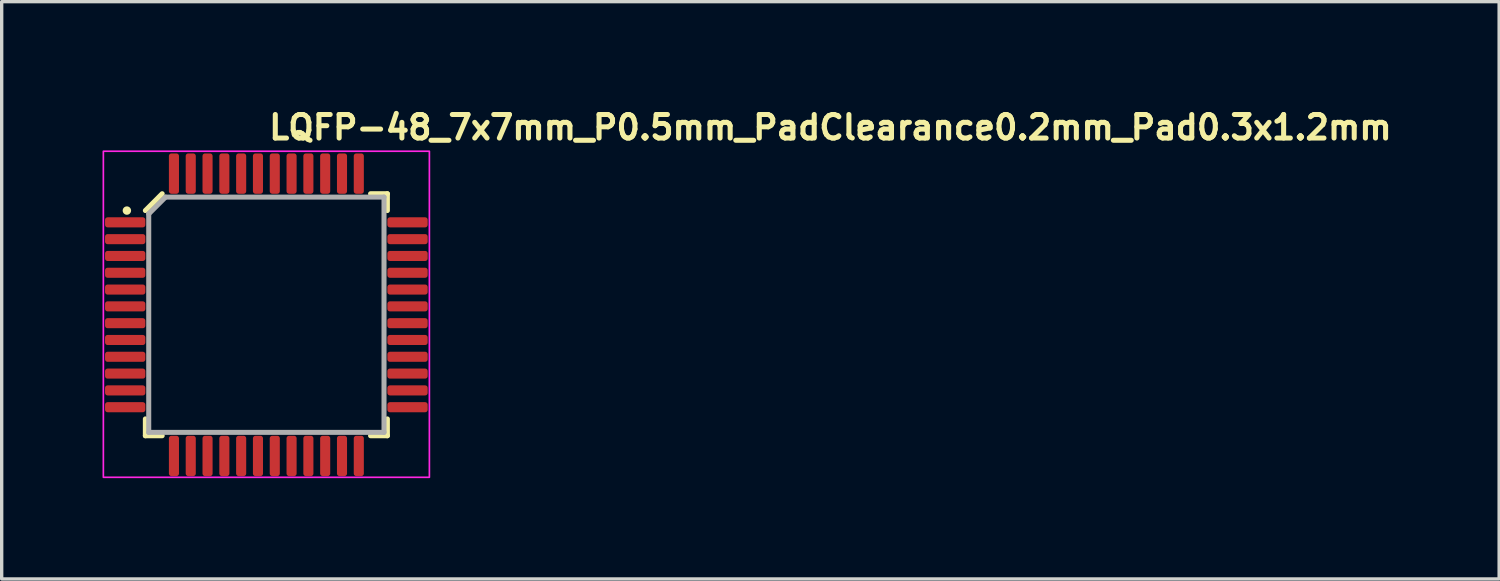
<source format=kicad_pcb>
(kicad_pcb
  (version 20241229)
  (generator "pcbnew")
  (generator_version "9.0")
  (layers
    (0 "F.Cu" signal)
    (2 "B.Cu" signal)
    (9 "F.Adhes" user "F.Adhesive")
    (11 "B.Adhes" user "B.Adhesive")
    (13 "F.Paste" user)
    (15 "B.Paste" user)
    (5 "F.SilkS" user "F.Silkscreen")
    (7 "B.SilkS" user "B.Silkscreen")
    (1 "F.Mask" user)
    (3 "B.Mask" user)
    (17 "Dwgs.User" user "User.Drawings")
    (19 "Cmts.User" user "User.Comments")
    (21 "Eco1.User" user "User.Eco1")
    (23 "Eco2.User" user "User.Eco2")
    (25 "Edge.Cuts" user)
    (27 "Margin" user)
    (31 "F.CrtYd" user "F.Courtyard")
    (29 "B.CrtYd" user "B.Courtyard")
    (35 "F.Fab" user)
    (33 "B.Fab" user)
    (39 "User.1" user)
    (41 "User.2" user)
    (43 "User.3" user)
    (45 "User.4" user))
  (footprint "LQFP-48_7x7mm_P0.5mm_PadClearance0.2mm_Pad0.3x1.2mm"
    (layer "F.Cu")
    (at 4.875 6.25)
    (property "Reference" "LQFP-48_7x7mm_P0.5mm_PadClearance0.2mm_Pad0.3x1.2mm" (at 0 -5.1 0) (layer "F.SilkS") (effects (font (size 0.7 0.7) (thickness 0.15)) (justify left bottom)))
    (attr smd)
    (fp_line (start -3.6 3.164) (end -3.6 3.664) (stroke (width 0.15) (type solid)) (layer "F.SilkS"))
    (fp_line (start -3.6 3.664) (end -3.1 3.664) (stroke (width 0.15) (type solid)) (layer "F.SilkS"))
    (fp_line (start -3.1 -3.536) (end -3.6 -3.036) (stroke (width 0.15) (type solid)) (layer "F.SilkS"))
    (fp_line (start 3.1 -3.536) (end 3.6 -3.536) (stroke (width 0.15) (type solid)) (layer "F.SilkS"))
    (fp_line (start 3.6 -3.536) (end 3.6 -3.036) (stroke (width 0.15) (type solid)) (layer "F.SilkS"))
    (fp_line (start 3.6 3.164) (end 3.6 3.664) (stroke (width 0.15) (type solid)) (layer "F.SilkS"))
    (fp_line (start 3.6 3.664) (end 3.1 3.664) (stroke (width 0.15) (type solid)) (layer "F.SilkS"))
    (fp_circle (center -4.15 -3.035) (end -4.1 -3.035) (stroke (width 0.15) (type solid)) (fill yes) (layer "F.SilkS"))
    (fp_rect (start -4.85 -4.8) (end 4.85 4.9) (stroke (width 0.05) (type solid)) (fill no) (layer "F.CrtYd"))
    (fp_line (start -3.5 -2.936) (end -3.5 3.564) (stroke (width 0.15) (type solid)) (layer "F.Fab"))
    (fp_line (start -3.5 3.564) (end 3.5 3.564) (stroke (width 0.15) (type solid)) (layer "F.Fab"))
    (fp_line (start -3 -3.436) (end -3.5 -2.936) (stroke (width 0.15) (type solid)) (layer "F.Fab"))
    (fp_line (start -3 -3.436) (end 3.5 -3.436) (stroke (width 0.15) (type solid)) (layer "F.Fab"))
    (fp_line (start 3.5 -3.436) (end 3.5 3.564) (stroke (width 0.15) (type solid)) (layer "F.Fab"))
    (fp_rect (start -4.514 -4.436) (end 4.486 4.564) (stroke (width 0.1) (type solid)) (fill no) (layer "User.5"))
    (fp_line (start -4.514 -2.576) (end -4.514 -2.796) (stroke (width 0.02) (type solid)) (layer "User.9"))
    (fp_line (start -4.514 -2.576) (end -4.081 -2.576) (stroke (width 0.02) (type solid)) (layer "User.9"))
    (fp_line (start -4.514 -2.076) (end -4.514 -2.296) (stroke (width 0.02) (type solid)) (layer "User.9"))
    (fp_line (start -4.514 -2.076) (end -4.081 -2.076) (stroke (width 0.02) (type solid)) (layer "User.9"))
    (fp_line (start -4.514 -1.576) (end -4.514 -1.796) (stroke (width 0.02) (type solid)) (layer "User.9"))
    (fp_line (start -4.514 -1.576) (end -4.081 -1.576) (stroke (width 0.02) (type solid)) (layer "User.9"))
    (fp_line (start -4.514 -1.076) (end -4.514 -1.296) (stroke (width 0.02) (type solid)) (layer "User.9"))
    (fp_line (start -4.514 -1.076) (end -4.081 -1.076) (stroke (width 0.02) (type solid)) (layer "User.9"))
    (fp_line (start -4.514 -0.576) (end -4.514 -0.796) (stroke (width 0.02) (type solid)) (layer "User.9"))
    (fp_line (start -4.514 -0.576) (end -4.081 -0.576) (stroke (width 0.02) (type solid)) (layer "User.9"))
    (fp_line (start -4.514 -0.075) (end -4.514 -0.296) (stroke (width 0.02) (type solid)) (layer "User.9"))
    (fp_line (start -4.514 -0.075) (end -4.081 -0.075) (stroke (width 0.02) (type solid)) (layer "User.9"))
    (fp_line (start -4.514 0.424) (end -4.514 0.204) (stroke (width 0.02) (type solid)) (layer "User.9"))
    (fp_line (start -4.514 0.424) (end -4.081 0.424) (stroke (width 0.02) (type solid)) (layer "User.9"))
    (fp_line (start -4.514 0.924) (end -4.514 0.704) (stroke (width 0.02) (type solid)) (layer "User.9"))
    (fp_line (start -4.514 0.924) (end -4.081 0.924) (stroke (width 0.02) (type solid)) (layer "User.9"))
    (fp_line (start -4.514 1.424) (end -4.514 1.204) (stroke (width 0.02) (type solid)) (layer "User.9"))
    (fp_line (start -4.514 1.424) (end -4.081 1.424) (stroke (width 0.02) (type solid)) (layer "User.9"))
    (fp_line (start -4.514 1.924) (end -4.514 1.704) (stroke (width 0.02) (type solid)) (layer "User.9"))
    (fp_line (start -4.514 1.924) (end -4.081 1.924) (stroke (width 0.02) (type solid)) (layer "User.9"))
    (fp_line (start -4.514 2.424) (end -4.514 2.204) (stroke (width 0.02) (type solid)) (layer "User.9"))
    (fp_line (start -4.514 2.424) (end -4.081 2.424) (stroke (width 0.02) (type solid)) (layer "User.9"))
    (fp_line (start -4.514 2.924) (end -4.514 2.704) (stroke (width 0.02) (type solid)) (layer "User.9"))
    (fp_line (start -4.514 2.924) (end -4.081 2.924) (stroke (width 0.02) (type solid)) (layer "User.9"))
    (fp_line (start -4.085 -0.292) (end -4.08 -0.292) (stroke (width 0.02) (type solid)) (layer "User.9"))
    (fp_line (start -4.081 -2.796) (end -4.514 -2.796) (stroke (width 0.02) (type solid)) (layer "User.9"))
    (fp_line (start -4.081 -2.796) (end -4.081 -2.576) (stroke (width 0.02) (type solid)) (layer "User.9"))
    (fp_line (start -4.081 -2.576) (end -3.832 -2.576) (stroke (width 0.02) (type solid)) (layer "User.9"))
    (fp_line (start -4.081 -2.296) (end -4.514 -2.296) (stroke (width 0.02) (type solid)) (layer "User.9"))
    (fp_line (start -4.081 -2.296) (end -4.081 -2.076) (stroke (width 0.02) (type solid)) (layer "User.9"))
    (fp_line (start -4.081 -2.076) (end -3.832 -2.076) (stroke (width 0.02) (type solid)) (layer "User.9"))
    (fp_line (start -4.081 -1.796) (end -4.514 -1.796) (stroke (width 0.02) (type solid)) (layer "User.9"))
    (fp_line (start -4.081 -1.796) (end -4.081 -1.576) (stroke (width 0.02) (type solid)) (layer "User.9"))
    (fp_line (start -4.081 -1.576) (end -3.832 -1.576) (stroke (width 0.02) (type solid)) (layer "User.9"))
    (fp_line (start -4.081 -1.296) (end -4.514 -1.296) (stroke (width 0.02) (type solid)) (layer "User.9"))
    (fp_line (start -4.081 -1.296) (end -4.081 -1.076) (stroke (width 0.02) (type solid)) (layer "User.9"))
    (fp_line (start -4.081 -1.076) (end -3.832 -1.076) (stroke (width 0.02) (type solid)) (layer "User.9"))
    (fp_line (start -4.081 -0.796) (end -4.514 -0.796) (stroke (width 0.02) (type solid)) (layer "User.9"))
    (fp_line (start -4.081 -0.796) (end -4.081 -0.576) (stroke (width 0.02) (type solid)) (layer "User.9"))
    (fp_line (start -4.081 -0.576) (end -3.832 -0.576) (stroke (width 0.02) (type solid)) (layer "User.9"))
    (fp_line (start -4.081 -0.296) (end -4.514 -0.296) (stroke (width 0.02) (type solid)) (layer "User.9"))
    (fp_line (start -4.081 -0.296) (end -4.081 -0.292) (stroke (width 0.02) (type solid)) (layer "User.9"))
    (fp_line (start -4.081 -0.079) (end -4.081 -0.075) (stroke (width 0.02) (type solid)) (layer "User.9"))
    (fp_line (start -4.081 -0.075) (end -3.832 -0.075) (stroke (width 0.02) (type solid)) (layer "User.9"))
    (fp_line (start -4.081 0.204) (end -4.514 0.204) (stroke (width 0.02) (type solid)) (layer "User.9"))
    (fp_line (start -4.081 0.204) (end -4.081 0.424) (stroke (width 0.02) (type solid)) (layer "User.9"))
    (fp_line (start -4.081 0.424) (end -3.832 0.424) (stroke (width 0.02) (type solid)) (layer "User.9"))
    (fp_line (start -4.081 0.704) (end -4.514 0.704) (stroke (width 0.02) (type solid)) (layer "User.9"))
    (fp_line (start -4.081 0.704) (end -4.081 0.924) (stroke (width 0.02) (type solid)) (layer "User.9"))
    (fp_line (start -4.081 0.924) (end -3.832 0.924) (stroke (width 0.02) (type solid)) (layer "User.9"))
    (fp_line (start -4.081 1.204) (end -4.514 1.204) (stroke (width 0.02) (type solid)) (layer "User.9"))
    (fp_line (start -4.081 1.204) (end -4.081 1.424) (stroke (width 0.02) (type solid)) (layer "User.9"))
    (fp_line (start -4.081 1.424) (end -3.832 1.424) (stroke (width 0.02) (type solid)) (layer "User.9"))
    (fp_line (start -4.081 1.704) (end -4.514 1.704) (stroke (width 0.02) (type solid)) (layer "User.9"))
    (fp_line (start -4.081 1.704) (end -4.081 1.924) (stroke (width 0.02) (type solid)) (layer "User.9"))
    (fp_line (start -4.081 1.924) (end -3.832 1.924) (stroke (width 0.02) (type solid)) (layer "User.9"))
    (fp_line (start -4.081 2.204) (end -4.514 2.204) (stroke (width 0.02) (type solid)) (layer "User.9"))
    (fp_line (start -4.081 2.204) (end -4.081 2.424) (stroke (width 0.02) (type solid)) (layer "User.9"))
    (fp_line (start -4.081 2.424) (end -3.832 2.424) (stroke (width 0.02) (type solid)) (layer "User.9"))
    (fp_line (start -4.081 2.704) (end -4.514 2.704) (stroke (width 0.02) (type solid)) (layer "User.9"))
    (fp_line (start -4.081 2.704) (end -4.081 2.924) (stroke (width 0.02) (type solid)) (layer "User.9"))
    (fp_line (start -4.081 2.924) (end -3.832 2.924) (stroke (width 0.02) (type solid)) (layer "User.9"))
    (fp_line (start -4.08 -0.079) (end -4.085 -0.079) (stroke (width 0.02) (type solid)) (layer "User.9"))
    (fp_line (start -3.832 -2.796) (end -4.081 -2.796) (stroke (width 0.02) (type solid)) (layer "User.9"))
    (fp_line (start -3.832 -2.576) (end -3.647 -2.576) (stroke (width 0.02) (type solid)) (layer "User.9"))
    (fp_line (start -3.832 -2.296) (end -4.081 -2.296) (stroke (width 0.02) (type solid)) (layer "User.9"))
    (fp_line (start -3.832 -2.076) (end -3.647 -2.076) (stroke (width 0.02) (type solid)) (layer "User.9"))
    (fp_line (start -3.832 -1.796) (end -4.081 -1.796) (stroke (width 0.02) (type solid)) (layer "User.9"))
    (fp_line (start -3.832 -1.576) (end -3.647 -1.576) (stroke (width 0.02) (type solid)) (layer "User.9"))
    (fp_line (start -3.832 -1.296) (end -4.081 -1.296) (stroke (width 0.02) (type solid)) (layer "User.9"))
    (fp_line (start -3.832 -1.076) (end -3.647 -1.076) (stroke (width 0.02) (type solid)) (layer "User.9"))
    (fp_line (start -3.832 -0.796) (end -4.081 -0.796) (stroke (width 0.02) (type solid)) (layer "User.9"))
    (fp_line (start -3.832 -0.576) (end -3.647 -0.576) (stroke (width 0.02) (type solid)) (layer "User.9"))
    (fp_line (start -3.832 -0.296) (end -4.081 -0.296) (stroke (width 0.02) (type solid)) (layer "User.9"))
    (fp_line (start -3.832 -0.075) (end -3.647 -0.075) (stroke (width 0.02) (type solid)) (layer "User.9"))
    (fp_line (start -3.832 0.204) (end -4.081 0.204) (stroke (width 0.02) (type solid)) (layer "User.9"))
    (fp_line (start -3.832 0.424) (end -3.647 0.424) (stroke (width 0.02) (type solid)) (layer "User.9"))
    (fp_line (start -3.832 0.704) (end -4.081 0.704) (stroke (width 0.02) (type solid)) (layer "User.9"))
    (fp_line (start -3.832 0.924) (end -3.647 0.924) (stroke (width 0.02) (type solid)) (layer "User.9"))
    (fp_line (start -3.832 1.204) (end -4.081 1.204) (stroke (width 0.02) (type solid)) (layer "User.9"))
    (fp_line (start -3.832 1.424) (end -3.647 1.424) (stroke (width 0.02) (type solid)) (layer "User.9"))
    (fp_line (start -3.832 1.704) (end -4.081 1.704) (stroke (width 0.02) (type solid)) (layer "User.9"))
    (fp_line (start -3.832 1.924) (end -3.647 1.924) (stroke (width 0.02) (type solid)) (layer "User.9"))
    (fp_line (start -3.832 2.204) (end -4.081 2.204) (stroke (width 0.02) (type solid)) (layer "User.9"))
    (fp_line (start -3.832 2.424) (end -3.647 2.424) (stroke (width 0.02) (type solid)) (layer "User.9"))
    (fp_line (start -3.832 2.704) (end -4.081 2.704) (stroke (width 0.02) (type solid)) (layer "User.9"))
    (fp_line (start -3.832 2.924) (end -3.647 2.924) (stroke (width 0.02) (type solid)) (layer "User.9"))
    (fp_line (start -3.647 -2.796) (end -3.832 -2.796) (stroke (width 0.02) (type solid)) (layer "User.9"))
    (fp_line (start -3.647 -2.576) (end -3.514 -2.576) (stroke (width 0.02) (type solid)) (layer "User.9"))
    (fp_line (start -3.647 -2.296) (end -3.832 -2.296) (stroke (width 0.02) (type solid)) (layer "User.9"))
    (fp_line (start -3.647 -2.076) (end -3.514 -2.076) (stroke (width 0.02) (type solid)) (layer "User.9"))
    (fp_line (start -3.647 -1.796) (end -3.832 -1.796) (stroke (width 0.02) (type solid)) (layer "User.9"))
    (fp_line (start -3.647 -1.576) (end -3.514 -1.576) (stroke (width 0.02) (type solid)) (layer "User.9"))
    (fp_line (start -3.647 -1.296) (end -3.832 -1.296) (stroke (width 0.02) (type solid)) (layer "User.9"))
    (fp_line (start -3.647 -1.076) (end -3.514 -1.076) (stroke (width 0.02) (type solid)) (layer "User.9"))
    (fp_line (start -3.647 -0.796) (end -3.832 -0.796) (stroke (width 0.02) (type solid)) (layer "User.9"))
    (fp_line (start -3.647 -0.576) (end -3.514 -0.576) (stroke (width 0.02) (type solid)) (layer "User.9"))
    (fp_line (start -3.647 -0.296) (end -3.832 -0.296) (stroke (width 0.02) (type solid)) (layer "User.9"))
    (fp_line (start -3.647 -0.075) (end -3.514 -0.075) (stroke (width 0.02) (type solid)) (layer "User.9"))
    (fp_line (start -3.647 0.204) (end -3.832 0.204) (stroke (width 0.02) (type solid)) (layer "User.9"))
    (fp_line (start -3.647 0.424) (end -3.514 0.424) (stroke (width 0.02) (type solid)) (layer "User.9"))
    (fp_line (start -3.647 0.704) (end -3.832 0.704) (stroke (width 0.02) (type solid)) (layer "User.9"))
    (fp_line (start -3.647 0.924) (end -3.514 0.924) (stroke (width 0.02) (type solid)) (layer "User.9"))
    (fp_line (start -3.647 1.204) (end -3.832 1.204) (stroke (width 0.02) (type solid)) (layer "User.9"))
    (fp_line (start -3.647 1.424) (end -3.514 1.424) (stroke (width 0.02) (type solid)) (layer "User.9"))
    (fp_line (start -3.647 1.704) (end -3.832 1.704) (stroke (width 0.02) (type solid)) (layer "User.9"))
    (fp_line (start -3.647 1.924) (end -3.514 1.924) (stroke (width 0.02) (type solid)) (layer "User.9"))
    (fp_line (start -3.647 2.204) (end -3.832 2.204) (stroke (width 0.02) (type solid)) (layer "User.9"))
    (fp_line (start -3.647 2.424) (end -3.514 2.424) (stroke (width 0.02) (type solid)) (layer "User.9"))
    (fp_line (start -3.647 2.704) (end -3.832 2.704) (stroke (width 0.02) (type solid)) (layer "User.9"))
    (fp_line (start -3.647 2.924) (end -3.514 2.924) (stroke (width 0.02) (type solid)) (layer "User.9"))
    (fp_line (start -3.514 -3.036) (end -3.514 3.564) (stroke (width 0.02) (type solid)) (layer "User.9"))
    (fp_line (start -3.514 -3.036) (end -3.114 -3.436) (stroke (width 0.02) (type solid)) (layer "User.9"))
    (fp_line (start -3.514 -2.796) (end -3.647 -2.796) (stroke (width 0.02) (type solid)) (layer "User.9"))
    (fp_line (start -3.514 -2.296) (end -3.647 -2.296) (stroke (width 0.02) (type solid)) (layer "User.9"))
    (fp_line (start -3.514 -1.796) (end -3.647 -1.796) (stroke (width 0.02) (type solid)) (layer "User.9"))
    (fp_line (start -3.514 -1.296) (end -3.647 -1.296) (stroke (width 0.02) (type solid)) (layer "User.9"))
    (fp_line (start -3.514 -0.796) (end -3.647 -0.796) (stroke (width 0.02) (type solid)) (layer "User.9"))
    (fp_line (start -3.514 -0.296) (end -3.647 -0.296) (stroke (width 0.02) (type solid)) (layer "User.9"))
    (fp_line (start -3.514 0.204) (end -3.647 0.204) (stroke (width 0.02) (type solid)) (layer "User.9"))
    (fp_line (start -3.514 0.704) (end -3.647 0.704) (stroke (width 0.02) (type solid)) (layer "User.9"))
    (fp_line (start -3.514 1.204) (end -3.647 1.204) (stroke (width 0.02) (type solid)) (layer "User.9"))
    (fp_line (start -3.514 1.704) (end -3.647 1.704) (stroke (width 0.02) (type solid)) (layer "User.9"))
    (fp_line (start -3.514 2.204) (end -3.647 2.204) (stroke (width 0.02) (type solid)) (layer "User.9"))
    (fp_line (start -3.514 2.704) (end -3.647 2.704) (stroke (width 0.02) (type solid)) (layer "User.9"))
    (fp_line (start -3.514 3.564) (end 3.486 3.564) (stroke (width 0.02) (type solid)) (layer "User.9"))
    (fp_line (start -3.339 -2.963) (end -3.514 -3.036) (stroke (width 0.02) (type solid)) (layer "User.9"))
    (fp_line (start -3.339 3.389) (end -3.514 3.564) (stroke (width 0.02) (type solid)) (layer "User.9"))
    (fp_line (start -3.339 3.389) (end -3.339 -2.963) (stroke (width 0.02) (type solid)) (layer "User.9"))
    (fp_line (start -3.114 -3.436) (end -3.041 -3.26) (stroke (width 0.02) (type solid)) (layer "User.9"))
    (fp_line (start -3.041 -3.26) (end -3.339 -2.963) (stroke (width 0.02) (type solid)) (layer "User.9"))
    (fp_line (start -3.041 -3.26) (end 3.311 -3.26) (stroke (width 0.02) (type solid)) (layer "User.9"))
    (fp_line (start -2.874 -4.436) (end -2.874 -4.003) (stroke (width 0.02) (type solid)) (layer "User.9"))
    (fp_line (start -2.874 -4.436) (end -2.654 -4.436) (stroke (width 0.02) (type solid)) (layer "User.9"))
    (fp_line (start -2.874 -4.003) (end -2.874 -3.753) (stroke (width 0.02) (type solid)) (layer "User.9"))
    (fp_line (start -2.874 -3.753) (end -2.874 -3.568) (stroke (width 0.02) (type solid)) (layer "User.9"))
    (fp_line (start -2.874 -3.568) (end -2.874 -3.436) (stroke (width 0.02) (type solid)) (layer "User.9"))
    (fp_line (start -2.874 3.697) (end -2.874 3.564) (stroke (width 0.02) (type solid)) (layer "User.9"))
    (fp_line (start -2.874 3.882) (end -2.874 3.697) (stroke (width 0.02) (type solid)) (layer "User.9"))
    (fp_line (start -2.874 4.132) (end -2.874 3.882) (stroke (width 0.02) (type solid)) (layer "User.9"))
    (fp_line (start -2.874 4.564) (end -2.874 4.132) (stroke (width 0.02) (type solid)) (layer "User.9"))
    (fp_line (start -2.874 4.564) (end -2.654 4.564) (stroke (width 0.02) (type solid)) (layer "User.9"))
    (fp_line (start -2.654 -4.003) (end -2.874 -4.003) (stroke (width 0.02) (type solid)) (layer "User.9"))
    (fp_line (start -2.654 -4.003) (end -2.654 -4.436) (stroke (width 0.02) (type solid)) (layer "User.9"))
    (fp_line (start -2.654 -3.753) (end -2.654 -4.003) (stroke (width 0.02) (type solid)) (layer "User.9"))
    (fp_line (start -2.654 -3.568) (end -2.654 -3.753) (stroke (width 0.02) (type solid)) (layer "User.9"))
    (fp_line (start -2.654 -3.436) (end -2.654 -3.568) (stroke (width 0.02) (type solid)) (layer "User.9"))
    (fp_line (start -2.654 3.564) (end -2.654 3.697) (stroke (width 0.02) (type solid)) (layer "User.9"))
    (fp_line (start -2.654 3.697) (end -2.654 3.882) (stroke (width 0.02) (type solid)) (layer "User.9"))
    (fp_line (start -2.654 3.882) (end -2.654 4.132) (stroke (width 0.02) (type solid)) (layer "User.9"))
    (fp_line (start -2.654 4.132) (end -2.874 4.132) (stroke (width 0.02) (type solid)) (layer "User.9"))
    (fp_line (start -2.654 4.132) (end -2.654 4.564) (stroke (width 0.02) (type solid)) (layer "User.9"))
    (fp_line (start -2.374 -4.436) (end -2.374 -4.003) (stroke (width 0.02) (type solid)) (layer "User.9"))
    (fp_line (start -2.374 -4.436) (end -2.154 -4.436) (stroke (width 0.02) (type solid)) (layer "User.9"))
    (fp_line (start -2.374 -4.003) (end -2.374 -3.753) (stroke (width 0.02) (type solid)) (layer "User.9"))
    (fp_line (start -2.374 -3.753) (end -2.374 -3.568) (stroke (width 0.02) (type solid)) (layer "User.9"))
    (fp_line (start -2.374 -3.568) (end -2.374 -3.436) (stroke (width 0.02) (type solid)) (layer "User.9"))
    (fp_line (start -2.374 3.697) (end -2.374 3.564) (stroke (width 0.02) (type solid)) (layer "User.9"))
    (fp_line (start -2.374 3.882) (end -2.374 3.697) (stroke (width 0.02) (type solid)) (layer "User.9"))
    (fp_line (start -2.374 4.132) (end -2.374 3.882) (stroke (width 0.02) (type solid)) (layer "User.9"))
    (fp_line (start -2.374 4.564) (end -2.374 4.132) (stroke (width 0.02) (type solid)) (layer "User.9"))
    (fp_line (start -2.374 4.564) (end -2.154 4.564) (stroke (width 0.02) (type solid)) (layer "User.9"))
    (fp_line (start -2.154 -4.003) (end -2.374 -4.003) (stroke (width 0.02) (type solid)) (layer "User.9"))
    (fp_line (start -2.154 -4.003) (end -2.154 -4.436) (stroke (width 0.02) (type solid)) (layer "User.9"))
    (fp_line (start -2.154 -3.753) (end -2.154 -4.003) (stroke (width 0.02) (type solid)) (layer "User.9"))
    (fp_line (start -2.154 -3.568) (end -2.154 -3.753) (stroke (width 0.02) (type solid)) (layer "User.9"))
    (fp_line (start -2.154 -3.436) (end -2.154 -3.568) (stroke (width 0.02) (type solid)) (layer "User.9"))
    (fp_line (start -2.154 3.564) (end -2.154 3.697) (stroke (width 0.02) (type solid)) (layer "User.9"))
    (fp_line (start -2.154 3.697) (end -2.154 3.882) (stroke (width 0.02) (type solid)) (layer "User.9"))
    (fp_line (start -2.154 3.882) (end -2.154 4.132) (stroke (width 0.02) (type solid)) (layer "User.9"))
    (fp_line (start -2.154 4.132) (end -2.374 4.132) (stroke (width 0.02) (type solid)) (layer "User.9"))
    (fp_line (start -2.154 4.132) (end -2.154 4.564) (stroke (width 0.02) (type solid)) (layer "User.9"))
    (fp_line (start -1.874 -4.436) (end -1.874 -4.003) (stroke (width 0.02) (type solid)) (layer "User.9"))
    (fp_line (start -1.874 -4.436) (end -1.654 -4.436) (stroke (width 0.02) (type solid)) (layer "User.9"))
    (fp_line (start -1.874 -4.003) (end -1.874 -3.753) (stroke (width 0.02) (type solid)) (layer "User.9"))
    (fp_line (start -1.874 -3.753) (end -1.874 -3.568) (stroke (width 0.02) (type solid)) (layer "User.9"))
    (fp_line (start -1.874 -3.568) (end -1.874 -3.436) (stroke (width 0.02) (type solid)) (layer "User.9"))
    (fp_line (start -1.874 3.697) (end -1.874 3.564) (stroke (width 0.02) (type solid)) (layer "User.9"))
    (fp_line (start -1.874 3.882) (end -1.874 3.697) (stroke (width 0.02) (type solid)) (layer "User.9"))
    (fp_line (start -1.874 4.132) (end -1.874 3.882) (stroke (width 0.02) (type solid)) (layer "User.9"))
    (fp_line (start -1.874 4.564) (end -1.874 4.132) (stroke (width 0.02) (type solid)) (layer "User.9"))
    (fp_line (start -1.874 4.564) (end -1.654 4.564) (stroke (width 0.02) (type solid)) (layer "User.9"))
    (fp_line (start -1.654 -4.003) (end -1.874 -4.003) (stroke (width 0.02) (type solid)) (layer "User.9"))
    (fp_line (start -1.654 -4.003) (end -1.654 -4.436) (stroke (width 0.02) (type solid)) (layer "User.9"))
    (fp_line (start -1.654 -3.753) (end -1.654 -4.003) (stroke (width 0.02) (type solid)) (layer "User.9"))
    (fp_line (start -1.654 -3.568) (end -1.654 -3.753) (stroke (width 0.02) (type solid)) (layer "User.9"))
    (fp_line (start -1.654 -3.436) (end -1.654 -3.568) (stroke (width 0.02) (type solid)) (layer "User.9"))
    (fp_line (start -1.654 3.564) (end -1.654 3.697) (stroke (width 0.02) (type solid)) (layer "User.9"))
    (fp_line (start -1.654 3.697) (end -1.654 3.882) (stroke (width 0.02) (type solid)) (layer "User.9"))
    (fp_line (start -1.654 3.882) (end -1.654 4.132) (stroke (width 0.02) (type solid)) (layer "User.9"))
    (fp_line (start -1.654 4.132) (end -1.874 4.132) (stroke (width 0.02) (type solid)) (layer "User.9"))
    (fp_line (start -1.654 4.132) (end -1.654 4.564) (stroke (width 0.02) (type solid)) (layer "User.9"))
    (fp_line (start -1.374 -4.436) (end -1.374 -4.003) (stroke (width 0.02) (type solid)) (layer "User.9"))
    (fp_line (start -1.374 -4.436) (end -1.154 -4.436) (stroke (width 0.02) (type solid)) (layer "User.9"))
    (fp_line (start -1.374 -4.003) (end -1.374 -3.753) (stroke (width 0.02) (type solid)) (layer "User.9"))
    (fp_line (start -1.374 -3.753) (end -1.374 -3.568) (stroke (width 0.02) (type solid)) (layer "User.9"))
    (fp_line (start -1.374 -3.568) (end -1.374 -3.436) (stroke (width 0.02) (type solid)) (layer "User.9"))
    (fp_line (start -1.374 3.697) (end -1.374 3.564) (stroke (width 0.02) (type solid)) (layer "User.9"))
    (fp_line (start -1.374 3.882) (end -1.374 3.697) (stroke (width 0.02) (type solid)) (layer "User.9"))
    (fp_line (start -1.374 4.132) (end -1.374 3.882) (stroke (width 0.02) (type solid)) (layer "User.9"))
    (fp_line (start -1.374 4.564) (end -1.374 4.132) (stroke (width 0.02) (type solid)) (layer "User.9"))
    (fp_line (start -1.374 4.564) (end -1.154 4.564) (stroke (width 0.02) (type solid)) (layer "User.9"))
    (fp_line (start -1.154 -4.003) (end -1.374 -4.003) (stroke (width 0.02) (type solid)) (layer "User.9"))
    (fp_line (start -1.154 -4.003) (end -1.154 -4.436) (stroke (width 0.02) (type solid)) (layer "User.9"))
    (fp_line (start -1.154 -3.753) (end -1.154 -4.003) (stroke (width 0.02) (type solid)) (layer "User.9"))
    (fp_line (start -1.154 -3.568) (end -1.154 -3.753) (stroke (width 0.02) (type solid)) (layer "User.9"))
    (fp_line (start -1.154 -3.436) (end -1.154 -3.568) (stroke (width 0.02) (type solid)) (layer "User.9"))
    (fp_line (start -1.154 3.564) (end -1.154 3.697) (stroke (width 0.02) (type solid)) (layer "User.9"))
    (fp_line (start -1.154 3.697) (end -1.154 3.882) (stroke (width 0.02) (type solid)) (layer "User.9"))
    (fp_line (start -1.154 3.882) (end -1.154 4.132) (stroke (width 0.02) (type solid)) (layer "User.9"))
    (fp_line (start -1.154 4.132) (end -1.374 4.132) (stroke (width 0.02) (type solid)) (layer "User.9"))
    (fp_line (start -1.154 4.132) (end -1.154 4.564) (stroke (width 0.02) (type solid)) (layer "User.9"))
    (fp_line (start -0.874 -4.436) (end -0.874 -4.003) (stroke (width 0.02) (type solid)) (layer "User.9"))
    (fp_line (start -0.874 -4.436) (end -0.654 -4.436) (stroke (width 0.02) (type solid)) (layer "User.9"))
    (fp_line (start -0.874 -4.003) (end -0.874 -3.753) (stroke (width 0.02) (type solid)) (layer "User.9"))
    (fp_line (start -0.874 -3.753) (end -0.874 -3.568) (stroke (width 0.02) (type solid)) (layer "User.9"))
    (fp_line (start -0.874 -3.568) (end -0.874 -3.436) (stroke (width 0.02) (type solid)) (layer "User.9"))
    (fp_line (start -0.874 3.697) (end -0.874 3.564) (stroke (width 0.02) (type solid)) (layer "User.9"))
    (fp_line (start -0.874 3.882) (end -0.874 3.697) (stroke (width 0.02) (type solid)) (layer "User.9"))
    (fp_line (start -0.874 4.132) (end -0.874 3.882) (stroke (width 0.02) (type solid)) (layer "User.9"))
    (fp_line (start -0.874 4.564) (end -0.874 4.132) (stroke (width 0.02) (type solid)) (layer "User.9"))
    (fp_line (start -0.874 4.564) (end -0.654 4.564) (stroke (width 0.02) (type solid)) (layer "User.9"))
    (fp_line (start -0.654 -4.003) (end -0.874 -4.003) (stroke (width 0.02) (type solid)) (layer "User.9"))
    (fp_line (start -0.654 -4.003) (end -0.654 -4.436) (stroke (width 0.02) (type solid)) (layer "User.9"))
    (fp_line (start -0.654 -3.753) (end -0.654 -4.003) (stroke (width 0.02) (type solid)) (layer "User.9"))
    (fp_line (start -0.654 -3.568) (end -0.654 -3.753) (stroke (width 0.02) (type solid)) (layer "User.9"))
    (fp_line (start -0.654 -3.436) (end -0.654 -3.568) (stroke (width 0.02) (type solid)) (layer "User.9"))
    (fp_line (start -0.654 3.564) (end -0.654 3.697) (stroke (width 0.02) (type solid)) (layer "User.9"))
    (fp_line (start -0.654 3.697) (end -0.654 3.882) (stroke (width 0.02) (type solid)) (layer "User.9"))
    (fp_line (start -0.654 3.882) (end -0.654 4.132) (stroke (width 0.02) (type solid)) (layer "User.9"))
    (fp_line (start -0.654 4.132) (end -0.874 4.132) (stroke (width 0.02) (type solid)) (layer "User.9"))
    (fp_line (start -0.654 4.132) (end -0.654 4.564) (stroke (width 0.02) (type solid)) (layer "User.9"))
    (fp_line (start -0.374 -4.436) (end -0.374 -4.003) (stroke (width 0.02) (type solid)) (layer "User.9"))
    (fp_line (start -0.374 -4.436) (end -0.154 -4.436) (stroke (width 0.02) (type solid)) (layer "User.9"))
    (fp_line (start -0.374 -4.003) (end -0.374 -3.753) (stroke (width 0.02) (type solid)) (layer "User.9"))
    (fp_line (start -0.374 -3.753) (end -0.374 -3.568) (stroke (width 0.02) (type solid)) (layer "User.9"))
    (fp_line (start -0.374 -3.568) (end -0.374 -3.436) (stroke (width 0.02) (type solid)) (layer "User.9"))
    (fp_line (start -0.374 3.697) (end -0.374 3.564) (stroke (width 0.02) (type solid)) (layer "User.9"))
    (fp_line (start -0.374 3.882) (end -0.374 3.697) (stroke (width 0.02) (type solid)) (layer "User.9"))
    (fp_line (start -0.374 4.132) (end -0.374 3.882) (stroke (width 0.02) (type solid)) (layer "User.9"))
    (fp_line (start -0.374 4.564) (end -0.374 4.132) (stroke (width 0.02) (type solid)) (layer "User.9"))
    (fp_line (start -0.374 4.564) (end -0.154 4.564) (stroke (width 0.02) (type solid)) (layer "User.9"))
    (fp_line (start -0.154 -4.003) (end -0.374 -4.003) (stroke (width 0.02) (type solid)) (layer "User.9"))
    (fp_line (start -0.154 -4.003) (end -0.154 -4.436) (stroke (width 0.02) (type solid)) (layer "User.9"))
    (fp_line (start -0.154 -3.753) (end -0.154 -4.003) (stroke (width 0.02) (type solid)) (layer "User.9"))
    (fp_line (start -0.154 -3.568) (end -0.154 -3.753) (stroke (width 0.02) (type solid)) (layer "User.9"))
    (fp_line (start -0.154 -3.436) (end -0.154 -3.568) (stroke (width 0.02) (type solid)) (layer "User.9"))
    (fp_line (start -0.154 3.564) (end -0.154 3.697) (stroke (width 0.02) (type solid)) (layer "User.9"))
    (fp_line (start -0.154 3.697) (end -0.154 3.882) (stroke (width 0.02) (type solid)) (layer "User.9"))
    (fp_line (start -0.154 3.882) (end -0.154 4.132) (stroke (width 0.02) (type solid)) (layer "User.9"))
    (fp_line (start -0.154 4.132) (end -0.374 4.132) (stroke (width 0.02) (type solid)) (layer "User.9"))
    (fp_line (start -0.154 4.132) (end -0.154 4.564) (stroke (width 0.02) (type solid)) (layer "User.9"))
    (fp_line (start 0.126 -4.436) (end 0.126 -4.003) (stroke (width 0.02) (type solid)) (layer "User.9"))
    (fp_line (start 0.126 -4.436) (end 0.346 -4.436) (stroke (width 0.02) (type solid)) (layer "User.9"))
    (fp_line (start 0.126 -4.003) (end 0.126 -3.753) (stroke (width 0.02) (type solid)) (layer "User.9"))
    (fp_line (start 0.126 -3.753) (end 0.126 -3.568) (stroke (width 0.02) (type solid)) (layer "User.9"))
    (fp_line (start 0.126 -3.568) (end 0.126 -3.436) (stroke (width 0.02) (type solid)) (layer "User.9"))
    (fp_line (start 0.126 3.697) (end 0.126 3.564) (stroke (width 0.02) (type solid)) (layer "User.9"))
    (fp_line (start 0.126 3.882) (end 0.126 3.697) (stroke (width 0.02) (type solid)) (layer "User.9"))
    (fp_line (start 0.126 4.132) (end 0.126 3.882) (stroke (width 0.02) (type solid)) (layer "User.9"))
    (fp_line (start 0.126 4.564) (end 0.126 4.132) (stroke (width 0.02) (type solid)) (layer "User.9"))
    (fp_line (start 0.126 4.564) (end 0.346 4.564) (stroke (width 0.02) (type solid)) (layer "User.9"))
    (fp_line (start 0.346 -4.003) (end 0.126 -4.003) (stroke (width 0.02) (type solid)) (layer "User.9"))
    (fp_line (start 0.346 -4.003) (end 0.346 -4.436) (stroke (width 0.02) (type solid)) (layer "User.9"))
    (fp_line (start 0.346 -3.753) (end 0.346 -4.003) (stroke (width 0.02) (type solid)) (layer "User.9"))
    (fp_line (start 0.346 -3.568) (end 0.346 -3.753) (stroke (width 0.02) (type solid)) (layer "User.9"))
    (fp_line (start 0.346 -3.436) (end 0.346 -3.568) (stroke (width 0.02) (type solid)) (layer "User.9"))
    (fp_line (start 0.346 3.564) (end 0.346 3.697) (stroke (width 0.02) (type solid)) (layer "User.9"))
    (fp_line (start 0.346 3.697) (end 0.346 3.882) (stroke (width 0.02) (type solid)) (layer "User.9"))
    (fp_line (start 0.346 3.882) (end 0.346 4.132) (stroke (width 0.02) (type solid)) (layer "User.9"))
    (fp_line (start 0.346 4.132) (end 0.126 4.132) (stroke (width 0.02) (type solid)) (layer "User.9"))
    (fp_line (start 0.346 4.132) (end 0.346 4.564) (stroke (width 0.02) (type solid)) (layer "User.9"))
    (fp_line (start 0.626 -4.436) (end 0.626 -4.003) (stroke (width 0.02) (type solid)) (layer "User.9"))
    (fp_line (start 0.626 -4.436) (end 0.846 -4.436) (stroke (width 0.02) (type solid)) (layer "User.9"))
    (fp_line (start 0.626 -4.003) (end 0.626 -3.753) (stroke (width 0.02) (type solid)) (layer "User.9"))
    (fp_line (start 0.626 -3.753) (end 0.626 -3.568) (stroke (width 0.02) (type solid)) (layer "User.9"))
    (fp_line (start 0.626 -3.568) (end 0.626 -3.436) (stroke (width 0.02) (type solid)) (layer "User.9"))
    (fp_line (start 0.626 3.697) (end 0.626 3.564) (stroke (width 0.02) (type solid)) (layer "User.9"))
    (fp_line (start 0.626 3.882) (end 0.626 3.697) (stroke (width 0.02) (type solid)) (layer "User.9"))
    (fp_line (start 0.626 4.132) (end 0.626 3.882) (stroke (width 0.02) (type solid)) (layer "User.9"))
    (fp_line (start 0.626 4.564) (end 0.626 4.132) (stroke (width 0.02) (type solid)) (layer "User.9"))
    (fp_line (start 0.626 4.564) (end 0.846 4.564) (stroke (width 0.02) (type solid)) (layer "User.9"))
    (fp_line (start 0.846 -4.003) (end 0.626 -4.003) (stroke (width 0.02) (type solid)) (layer "User.9"))
    (fp_line (start 0.846 -4.003) (end 0.846 -4.436) (stroke (width 0.02) (type solid)) (layer "User.9"))
    (fp_line (start 0.846 -3.753) (end 0.846 -4.003) (stroke (width 0.02) (type solid)) (layer "User.9"))
    (fp_line (start 0.846 -3.568) (end 0.846 -3.753) (stroke (width 0.02) (type solid)) (layer "User.9"))
    (fp_line (start 0.846 -3.436) (end 0.846 -3.568) (stroke (width 0.02) (type solid)) (layer "User.9"))
    (fp_line (start 0.846 3.564) (end 0.846 3.697) (stroke (width 0.02) (type solid)) (layer "User.9"))
    (fp_line (start 0.846 3.697) (end 0.846 3.882) (stroke (width 0.02) (type solid)) (layer "User.9"))
    (fp_line (start 0.846 3.882) (end 0.846 4.132) (stroke (width 0.02) (type solid)) (layer "User.9"))
    (fp_line (start 0.846 4.132) (end 0.626 4.132) (stroke (width 0.02) (type solid)) (layer "User.9"))
    (fp_line (start 0.846 4.132) (end 0.846 4.564) (stroke (width 0.02) (type solid)) (layer "User.9"))
    (fp_line (start 1.126 -4.436) (end 1.126 -4.003) (stroke (width 0.02) (type solid)) (layer "User.9"))
    (fp_line (start 1.126 -4.436) (end 1.346 -4.436) (stroke (width 0.02) (type solid)) (layer "User.9"))
    (fp_line (start 1.126 -4.003) (end 1.126 -3.753) (stroke (width 0.02) (type solid)) (layer "User.9"))
    (fp_line (start 1.126 -3.753) (end 1.126 -3.568) (stroke (width 0.02) (type solid)) (layer "User.9"))
    (fp_line (start 1.126 -3.568) (end 1.126 -3.436) (stroke (width 0.02) (type solid)) (layer "User.9"))
    (fp_line (start 1.126 3.697) (end 1.126 3.564) (stroke (width 0.02) (type solid)) (layer "User.9"))
    (fp_line (start 1.126 3.882) (end 1.126 3.697) (stroke (width 0.02) (type solid)) (layer "User.9"))
    (fp_line (start 1.126 4.132) (end 1.126 3.882) (stroke (width 0.02) (type solid)) (layer "User.9"))
    (fp_line (start 1.126 4.564) (end 1.126 4.132) (stroke (width 0.02) (type solid)) (layer "User.9"))
    (fp_line (start 1.126 4.564) (end 1.346 4.564) (stroke (width 0.02) (type solid)) (layer "User.9"))
    (fp_line (start 1.346 -4.003) (end 1.126 -4.003) (stroke (width 0.02) (type solid)) (layer "User.9"))
    (fp_line (start 1.346 -4.003) (end 1.346 -4.436) (stroke (width 0.02) (type solid)) (layer "User.9"))
    (fp_line (start 1.346 -3.753) (end 1.346 -4.003) (stroke (width 0.02) (type solid)) (layer "User.9"))
    (fp_line (start 1.346 -3.568) (end 1.346 -3.753) (stroke (width 0.02) (type solid)) (layer "User.9"))
    (fp_line (start 1.346 -3.436) (end 1.346 -3.568) (stroke (width 0.02) (type solid)) (layer "User.9"))
    (fp_line (start 1.346 3.564) (end 1.346 3.697) (stroke (width 0.02) (type solid)) (layer "User.9"))
    (fp_line (start 1.346 3.697) (end 1.346 3.882) (stroke (width 0.02) (type solid)) (layer "User.9"))
    (fp_line (start 1.346 3.882) (end 1.346 4.132) (stroke (width 0.02) (type solid)) (layer "User.9"))
    (fp_line (start 1.346 4.132) (end 1.126 4.132) (stroke (width 0.02) (type solid)) (layer "User.9"))
    (fp_line (start 1.346 4.132) (end 1.346 4.564) (stroke (width 0.02) (type solid)) (layer "User.9"))
    (fp_line (start 1.626 -4.436) (end 1.626 -4.003) (stroke (width 0.02) (type solid)) (layer "User.9"))
    (fp_line (start 1.626 -4.436) (end 1.846 -4.436) (stroke (width 0.02) (type solid)) (layer "User.9"))
    (fp_line (start 1.626 -4.003) (end 1.626 -3.753) (stroke (width 0.02) (type solid)) (layer "User.9"))
    (fp_line (start 1.626 -3.753) (end 1.626 -3.568) (stroke (width 0.02) (type solid)) (layer "User.9"))
    (fp_line (start 1.626 -3.568) (end 1.626 -3.436) (stroke (width 0.02) (type solid)) (layer "User.9"))
    (fp_line (start 1.626 3.697) (end 1.626 3.564) (stroke (width 0.02) (type solid)) (layer "User.9"))
    (fp_line (start 1.626 3.882) (end 1.626 3.697) (stroke (width 0.02) (type solid)) (layer "User.9"))
    (fp_line (start 1.626 4.132) (end 1.626 3.882) (stroke (width 0.02) (type solid)) (layer "User.9"))
    (fp_line (start 1.626 4.564) (end 1.626 4.132) (stroke (width 0.02) (type solid)) (layer "User.9"))
    (fp_line (start 1.626 4.564) (end 1.846 4.564) (stroke (width 0.02) (type solid)) (layer "User.9"))
    (fp_line (start 1.846 -4.003) (end 1.626 -4.003) (stroke (width 0.02) (type solid)) (layer "User.9"))
    (fp_line (start 1.846 -4.003) (end 1.846 -4.436) (stroke (width 0.02) (type solid)) (layer "User.9"))
    (fp_line (start 1.846 -3.753) (end 1.846 -4.003) (stroke (width 0.02) (type solid)) (layer "User.9"))
    (fp_line (start 1.846 -3.568) (end 1.846 -3.753) (stroke (width 0.02) (type solid)) (layer "User.9"))
    (fp_line (start 1.846 -3.436) (end 1.846 -3.568) (stroke (width 0.02) (type solid)) (layer "User.9"))
    (fp_line (start 1.846 3.564) (end 1.846 3.697) (stroke (width 0.02) (type solid)) (layer "User.9"))
    (fp_line (start 1.846 3.697) (end 1.846 3.882) (stroke (width 0.02) (type solid)) (layer "User.9"))
    (fp_line (start 1.846 3.882) (end 1.846 4.132) (stroke (width 0.02) (type solid)) (layer "User.9"))
    (fp_line (start 1.846 4.132) (end 1.626 4.132) (stroke (width 0.02) (type solid)) (layer "User.9"))
    (fp_line (start 1.846 4.132) (end 1.846 4.564) (stroke (width 0.02) (type solid)) (layer "User.9"))
    (fp_line (start 2.126 -4.436) (end 2.126 -4.003) (stroke (width 0.02) (type solid)) (layer "User.9"))
    (fp_line (start 2.126 -4.436) (end 2.346 -4.436) (stroke (width 0.02) (type solid)) (layer "User.9"))
    (fp_line (start 2.126 -4.003) (end 2.126 -3.753) (stroke (width 0.02) (type solid)) (layer "User.9"))
    (fp_line (start 2.126 -3.753) (end 2.126 -3.568) (stroke (width 0.02) (type solid)) (layer "User.9"))
    (fp_line (start 2.126 -3.568) (end 2.126 -3.436) (stroke (width 0.02) (type solid)) (layer "User.9"))
    (fp_line (start 2.126 3.697) (end 2.126 3.564) (stroke (width 0.02) (type solid)) (layer "User.9"))
    (fp_line (start 2.126 3.882) (end 2.126 3.697) (stroke (width 0.02) (type solid)) (layer "User.9"))
    (fp_line (start 2.126 4.132) (end 2.126 3.882) (stroke (width 0.02) (type solid)) (layer "User.9"))
    (fp_line (start 2.126 4.564) (end 2.126 4.132) (stroke (width 0.02) (type solid)) (layer "User.9"))
    (fp_line (start 2.126 4.564) (end 2.346 4.564) (stroke (width 0.02) (type solid)) (layer "User.9"))
    (fp_line (start 2.346 -4.003) (end 2.126 -4.003) (stroke (width 0.02) (type solid)) (layer "User.9"))
    (fp_line (start 2.346 -4.003) (end 2.346 -4.436) (stroke (width 0.02) (type solid)) (layer "User.9"))
    (fp_line (start 2.346 -3.753) (end 2.346 -4.003) (stroke (width 0.02) (type solid)) (layer "User.9"))
    (fp_line (start 2.346 -3.568) (end 2.346 -3.753) (stroke (width 0.02) (type solid)) (layer "User.9"))
    (fp_line (start 2.346 -3.436) (end 2.346 -3.568) (stroke (width 0.02) (type solid)) (layer "User.9"))
    (fp_line (start 2.346 3.564) (end 2.346 3.697) (stroke (width 0.02) (type solid)) (layer "User.9"))
    (fp_line (start 2.346 3.697) (end 2.346 3.882) (stroke (width 0.02) (type solid)) (layer "User.9"))
    (fp_line (start 2.346 3.882) (end 2.346 4.132) (stroke (width 0.02) (type solid)) (layer "User.9"))
    (fp_line (start 2.346 4.132) (end 2.126 4.132) (stroke (width 0.02) (type solid)) (layer "User.9"))
    (fp_line (start 2.346 4.132) (end 2.346 4.564) (stroke (width 0.02) (type solid)) (layer "User.9"))
    (fp_line (start 2.626 -4.436) (end 2.626 -4.003) (stroke (width 0.02) (type solid)) (layer "User.9"))
    (fp_line (start 2.626 -4.436) (end 2.846 -4.436) (stroke (width 0.02) (type solid)) (layer "User.9"))
    (fp_line (start 2.626 -4.003) (end 2.626 -3.753) (stroke (width 0.02) (type solid)) (layer "User.9"))
    (fp_line (start 2.626 -3.753) (end 2.626 -3.568) (stroke (width 0.02) (type solid)) (layer "User.9"))
    (fp_line (start 2.626 -3.568) (end 2.626 -3.436) (stroke (width 0.02) (type solid)) (layer "User.9"))
    (fp_line (start 2.626 3.697) (end 2.626 3.564) (stroke (width 0.02) (type solid)) (layer "User.9"))
    (fp_line (start 2.626 3.882) (end 2.626 3.697) (stroke (width 0.02) (type solid)) (layer "User.9"))
    (fp_line (start 2.626 4.132) (end 2.626 3.882) (stroke (width 0.02) (type solid)) (layer "User.9"))
    (fp_line (start 2.626 4.564) (end 2.626 4.132) (stroke (width 0.02) (type solid)) (layer "User.9"))
    (fp_line (start 2.626 4.564) (end 2.846 4.564) (stroke (width 0.02) (type solid)) (layer "User.9"))
    (fp_line (start 2.846 -4.003) (end 2.626 -4.003) (stroke (width 0.02) (type solid)) (layer "User.9"))
    (fp_line (start 2.846 -4.003) (end 2.846 -4.436) (stroke (width 0.02) (type solid)) (layer "User.9"))
    (fp_line (start 2.846 -3.753) (end 2.846 -4.003) (stroke (width 0.02) (type solid)) (layer "User.9"))
    (fp_line (start 2.846 -3.568) (end 2.846 -3.753) (stroke (width 0.02) (type solid)) (layer "User.9"))
    (fp_line (start 2.846 -3.436) (end 2.846 -3.568) (stroke (width 0.02) (type solid)) (layer "User.9"))
    (fp_line (start 2.846 3.564) (end 2.846 3.697) (stroke (width 0.02) (type solid)) (layer "User.9"))
    (fp_line (start 2.846 3.697) (end 2.846 3.882) (stroke (width 0.02) (type solid)) (layer "User.9"))
    (fp_line (start 2.846 3.882) (end 2.846 4.132) (stroke (width 0.02) (type solid)) (layer "User.9"))
    (fp_line (start 2.846 4.132) (end 2.626 4.132) (stroke (width 0.02) (type solid)) (layer "User.9"))
    (fp_line (start 2.846 4.132) (end 2.846 4.564) (stroke (width 0.02) (type solid)) (layer "User.9"))
    (fp_line (start 3.311 -3.26) (end 3.311 3.389) (stroke (width 0.02) (type solid)) (layer "User.9"))
    (fp_line (start 3.311 -3.26) (end 3.486 -3.436) (stroke (width 0.02) (type solid)) (layer "User.9"))
    (fp_line (start 3.311 3.389) (end -3.339 3.389) (stroke (width 0.02) (type solid)) (layer "User.9"))
    (fp_line (start 3.486 -3.436) (end -3.114 -3.436) (stroke (width 0.02) (type solid)) (layer "User.9"))
    (fp_line (start 3.486 -2.796) (end 3.619 -2.796) (stroke (width 0.02) (type solid)) (layer "User.9"))
    (fp_line (start 3.486 -2.296) (end 3.619 -2.296) (stroke (width 0.02) (type solid)) (layer "User.9"))
    (fp_line (start 3.486 -1.796) (end 3.619 -1.796) (stroke (width 0.02) (type solid)) (layer "User.9"))
    (fp_line (start 3.486 -1.296) (end 3.619 -1.296) (stroke (width 0.02) (type solid)) (layer "User.9"))
    (fp_line (start 3.486 -0.796) (end 3.619 -0.796) (stroke (width 0.02) (type solid)) (layer "User.9"))
    (fp_line (start 3.486 -0.296) (end 3.619 -0.296) (stroke (width 0.02) (type solid)) (layer "User.9"))
    (fp_line (start 3.486 0.204) (end 3.619 0.204) (stroke (width 0.02) (type solid)) (layer "User.9"))
    (fp_line (start 3.486 0.704) (end 3.619 0.704) (stroke (width 0.02) (type solid)) (layer "User.9"))
    (fp_line (start 3.486 1.204) (end 3.619 1.204) (stroke (width 0.02) (type solid)) (layer "User.9"))
    (fp_line (start 3.486 1.704) (end 3.619 1.704) (stroke (width 0.02) (type solid)) (layer "User.9"))
    (fp_line (start 3.486 2.204) (end 3.619 2.204) (stroke (width 0.02) (type solid)) (layer "User.9"))
    (fp_line (start 3.486 2.704) (end 3.619 2.704) (stroke (width 0.02) (type solid)) (layer "User.9"))
    (fp_line (start 3.486 3.564) (end 3.311 3.389) (stroke (width 0.02) (type solid)) (layer "User.9"))
    (fp_line (start 3.486 3.564) (end 3.486 -3.436) (stroke (width 0.02) (type solid)) (layer "User.9"))
    (fp_line (start 3.619 -2.796) (end 3.804 -2.796) (stroke (width 0.02) (type solid)) (layer "User.9"))
    (fp_line (start 3.619 -2.576) (end 3.486 -2.576) (stroke (width 0.02) (type solid)) (layer "User.9"))
    (fp_line (start 3.619 -2.296) (end 3.804 -2.296) (stroke (width 0.02) (type solid)) (layer "User.9"))
    (fp_line (start 3.619 -2.076) (end 3.486 -2.076) (stroke (width 0.02) (type solid)) (layer "User.9"))
    (fp_line (start 3.619 -1.796) (end 3.804 -1.796) (stroke (width 0.02) (type solid)) (layer "User.9"))
    (fp_line (start 3.619 -1.576) (end 3.486 -1.576) (stroke (width 0.02) (type solid)) (layer "User.9"))
    (fp_line (start 3.619 -1.296) (end 3.804 -1.296) (stroke (width 0.02) (type solid)) (layer "User.9"))
    (fp_line (start 3.619 -1.076) (end 3.486 -1.076) (stroke (width 0.02) (type solid)) (layer "User.9"))
    (fp_line (start 3.619 -0.796) (end 3.804 -0.796) (stroke (width 0.02) (type solid)) (layer "User.9"))
    (fp_line (start 3.619 -0.576) (end 3.486 -0.576) (stroke (width 0.02) (type solid)) (layer "User.9"))
    (fp_line (start 3.619 -0.296) (end 3.804 -0.296) (stroke (width 0.02) (type solid)) (layer "User.9"))
    (fp_line (start 3.619 -0.075) (end 3.486 -0.075) (stroke (width 0.02) (type solid)) (layer "User.9"))
    (fp_line (start 3.619 0.204) (end 3.804 0.204) (stroke (width 0.02) (type solid)) (layer "User.9"))
    (fp_line (start 3.619 0.424) (end 3.486 0.424) (stroke (width 0.02) (type solid)) (layer "User.9"))
    (fp_line (start 3.619 0.704) (end 3.804 0.704) (stroke (width 0.02) (type solid)) (layer "User.9"))
    (fp_line (start 3.619 0.924) (end 3.486 0.924) (stroke (width 0.02) (type solid)) (layer "User.9"))
    (fp_line (start 3.619 1.204) (end 3.804 1.204) (stroke (width 0.02) (type solid)) (layer "User.9"))
    (fp_line (start 3.619 1.424) (end 3.486 1.424) (stroke (width 0.02) (type solid)) (layer "User.9"))
    (fp_line (start 3.619 1.704) (end 3.804 1.704) (stroke (width 0.02) (type solid)) (layer "User.9"))
    (fp_line (start 3.619 1.924) (end 3.486 1.924) (stroke (width 0.02) (type solid)) (layer "User.9"))
    (fp_line (start 3.619 2.204) (end 3.804 2.204) (stroke (width 0.02) (type solid)) (layer "User.9"))
    (fp_line (start 3.619 2.424) (end 3.486 2.424) (stroke (width 0.02) (type solid)) (layer "User.9"))
    (fp_line (start 3.619 2.704) (end 3.804 2.704) (stroke (width 0.02) (type solid)) (layer "User.9"))
    (fp_line (start 3.619 2.924) (end 3.486 2.924) (stroke (width 0.02) (type solid)) (layer "User.9"))
    (fp_line (start 3.804 -2.796) (end 4.053 -2.796) (stroke (width 0.02) (type solid)) (layer "User.9"))
    (fp_line (start 3.804 -2.576) (end 3.619 -2.576) (stroke (width 0.02) (type solid)) (layer "User.9"))
    (fp_line (start 3.804 -2.296) (end 4.053 -2.296) (stroke (width 0.02) (type solid)) (layer "User.9"))
    (fp_line (start 3.804 -2.076) (end 3.619 -2.076) (stroke (width 0.02) (type solid)) (layer "User.9"))
    (fp_line (start 3.804 -1.796) (end 4.053 -1.796) (stroke (width 0.02) (type solid)) (layer "User.9"))
    (fp_line (start 3.804 -1.576) (end 3.619 -1.576) (stroke (width 0.02) (type solid)) (layer "User.9"))
    (fp_line (start 3.804 -1.296) (end 4.053 -1.296) (stroke (width 0.02) (type solid)) (layer "User.9"))
    (fp_line (start 3.804 -1.076) (end 3.619 -1.076) (stroke (width 0.02) (type solid)) (layer "User.9"))
    (fp_line (start 3.804 -0.796) (end 4.053 -0.796) (stroke (width 0.02) (type solid)) (layer "User.9"))
    (fp_line (start 3.804 -0.576) (end 3.619 -0.576) (stroke (width 0.02) (type solid)) (layer "User.9"))
    (fp_line (start 3.804 -0.296) (end 4.053 -0.296) (stroke (width 0.02) (type solid)) (layer "User.9"))
    (fp_line (start 3.804 -0.075) (end 3.619 -0.075) (stroke (width 0.02) (type solid)) (layer "User.9"))
    (fp_line (start 3.804 0.204) (end 4.053 0.204) (stroke (width 0.02) (type solid)) (layer "User.9"))
    (fp_line (start 3.804 0.424) (end 3.619 0.424) (stroke (width 0.02) (type solid)) (layer "User.9"))
    (fp_line (start 3.804 0.704) (end 4.053 0.704) (stroke (width 0.02) (type solid)) (layer "User.9"))
    (fp_line (start 3.804 0.924) (end 3.619 0.924) (stroke (width 0.02) (type solid)) (layer "User.9"))
    (fp_line (start 3.804 1.204) (end 4.053 1.204) (stroke (width 0.02) (type solid)) (layer "User.9"))
    (fp_line (start 3.804 1.424) (end 3.619 1.424) (stroke (width 0.02) (type solid)) (layer "User.9"))
    (fp_line (start 3.804 1.704) (end 4.053 1.704) (stroke (width 0.02) (type solid)) (layer "User.9"))
    (fp_line (start 3.804 1.924) (end 3.619 1.924) (stroke (width 0.02) (type solid)) (layer "User.9"))
    (fp_line (start 3.804 2.204) (end 4.053 2.204) (stroke (width 0.02) (type solid)) (layer "User.9"))
    (fp_line (start 3.804 2.424) (end 3.619 2.424) (stroke (width 0.02) (type solid)) (layer "User.9"))
    (fp_line (start 3.804 2.704) (end 4.053 2.704) (stroke (width 0.02) (type solid)) (layer "User.9"))
    (fp_line (start 3.804 2.924) (end 3.619 2.924) (stroke (width 0.02) (type solid)) (layer "User.9"))
    (fp_line (start 4.053 -2.796) (end 4.053 -2.576) (stroke (width 0.02) (type solid)) (layer "User.9"))
    (fp_line (start 4.053 -2.796) (end 4.486 -2.796) (stroke (width 0.02) (type solid)) (layer "User.9"))
    (fp_line (start 4.053 -2.576) (end 3.804 -2.576) (stroke (width 0.02) (type solid)) (layer "User.9"))
    (fp_line (start 4.053 -2.296) (end 4.053 -2.076) (stroke (width 0.02) (type solid)) (layer "User.9"))
    (fp_line (start 4.053 -2.296) (end 4.486 -2.296) (stroke (width 0.02) (type solid)) (layer "User.9"))
    (fp_line (start 4.053 -2.076) (end 3.804 -2.076) (stroke (width 0.02) (type solid)) (layer "User.9"))
    (fp_line (start 4.053 -1.796) (end 4.053 -1.576) (stroke (width 0.02) (type solid)) (layer "User.9"))
    (fp_line (start 4.053 -1.796) (end 4.486 -1.796) (stroke (width 0.02) (type solid)) (layer "User.9"))
    (fp_line (start 4.053 -1.576) (end 3.804 -1.576) (stroke (width 0.02) (type solid)) (layer "User.9"))
    (fp_line (start 4.053 -1.296) (end 4.053 -1.076) (stroke (width 0.02) (type solid)) (layer "User.9"))
    (fp_line (start 4.053 -1.296) (end 4.486 -1.296) (stroke (width 0.02) (type solid)) (layer "User.9"))
    (fp_line (start 4.053 -1.076) (end 3.804 -1.076) (stroke (width 0.02) (type solid)) (layer "User.9"))
    (fp_line (start 4.053 -0.796) (end 4.053 -0.576) (stroke (width 0.02) (type solid)) (layer "User.9"))
    (fp_line (start 4.053 -0.796) (end 4.486 -0.796) (stroke (width 0.02) (type solid)) (layer "User.9"))
    (fp_line (start 4.053 -0.576) (end 3.804 -0.576) (stroke (width 0.02) (type solid)) (layer "User.9"))
    (fp_line (start 4.053 -0.296) (end 4.053 -0.075) (stroke (width 0.02) (type solid)) (layer "User.9"))
    (fp_line (start 4.053 -0.296) (end 4.486 -0.296) (stroke (width 0.02) (type solid)) (layer "User.9"))
    (fp_line (start 4.053 -0.075) (end 3.804 -0.075) (stroke (width 0.02) (type solid)) (layer "User.9"))
    (fp_line (start 4.053 0.204) (end 4.053 0.424) (stroke (width 0.02) (type solid)) (layer "User.9"))
    (fp_line (start 4.053 0.204) (end 4.486 0.204) (stroke (width 0.02) (type solid)) (layer "User.9"))
    (fp_line (start 4.053 0.424) (end 3.804 0.424) (stroke (width 0.02) (type solid)) (layer "User.9"))
    (fp_line (start 4.053 0.704) (end 4.053 0.924) (stroke (width 0.02) (type solid)) (layer "User.9"))
    (fp_line (start 4.053 0.704) (end 4.486 0.704) (stroke (width 0.02) (type solid)) (layer "User.9"))
    (fp_line (start 4.053 0.924) (end 3.804 0.924) (stroke (width 0.02) (type solid)) (layer "User.9"))
    (fp_line (start 4.053 1.204) (end 4.053 1.424) (stroke (width 0.02) (type solid)) (layer "User.9"))
    (fp_line (start 4.053 1.204) (end 4.486 1.204) (stroke (width 0.02) (type solid)) (layer "User.9"))
    (fp_line (start 4.053 1.424) (end 3.804 1.424) (stroke (width 0.02) (type solid)) (layer "User.9"))
    (fp_line (start 4.053 1.704) (end 4.053 1.924) (stroke (width 0.02) (type solid)) (layer "User.9"))
    (fp_line (start 4.053 1.704) (end 4.486 1.704) (stroke (width 0.02) (type solid)) (layer "User.9"))
    (fp_line (start 4.053 1.924) (end 3.804 1.924) (stroke (width 0.02) (type solid)) (layer "User.9"))
    (fp_line (start 4.053 2.204) (end 4.053 2.424) (stroke (width 0.02) (type solid)) (layer "User.9"))
    (fp_line (start 4.053 2.204) (end 4.486 2.204) (stroke (width 0.02) (type solid)) (layer "User.9"))
    (fp_line (start 4.053 2.424) (end 3.804 2.424) (stroke (width 0.02) (type solid)) (layer "User.9"))
    (fp_line (start 4.053 2.704) (end 4.053 2.924) (stroke (width 0.02) (type solid)) (layer "User.9"))
    (fp_line (start 4.053 2.704) (end 4.486 2.704) (stroke (width 0.02) (type solid)) (layer "User.9"))
    (fp_line (start 4.053 2.924) (end 3.804 2.924) (stroke (width 0.02) (type solid)) (layer "User.9"))
    (fp_line (start 4.486 -2.576) (end 4.053 -2.576) (stroke (width 0.02) (type solid)) (layer "User.9"))
    (fp_line (start 4.486 -2.576) (end 4.486 -2.796) (stroke (width 0.02) (type solid)) (layer "User.9"))
    (fp_line (start 4.486 -2.076) (end 4.053 -2.076) (stroke (width 0.02) (type solid)) (layer "User.9"))
    (fp_line (start 4.486 -2.076) (end 4.486 -2.296) (stroke (width 0.02) (type solid)) (layer "User.9"))
    (fp_line (start 4.486 -1.576) (end 4.053 -1.576) (stroke (width 0.02) (type solid)) (layer "User.9"))
    (fp_line (start 4.486 -1.576) (end 4.486 -1.796) (stroke (width 0.02) (type solid)) (layer "User.9"))
    (fp_line (start 4.486 -1.076) (end 4.053 -1.076) (stroke (width 0.02) (type solid)) (layer "User.9"))
    (fp_line (start 4.486 -1.076) (end 4.486 -1.296) (stroke (width 0.02) (type solid)) (layer "User.9"))
    (fp_line (start 4.486 -0.576) (end 4.053 -0.576) (stroke (width 0.02) (type solid)) (layer "User.9"))
    (fp_line (start 4.486 -0.576) (end 4.486 -0.796) (stroke (width 0.02) (type solid)) (layer "User.9"))
    (fp_line (start 4.486 -0.075) (end 4.053 -0.075) (stroke (width 0.02) (type solid)) (layer "User.9"))
    (fp_line (start 4.486 -0.075) (end 4.486 -0.296) (stroke (width 0.02) (type solid)) (layer "User.9"))
    (fp_line (start 4.486 0.424) (end 4.053 0.424) (stroke (width 0.02) (type solid)) (layer "User.9"))
    (fp_line (start 4.486 0.424) (end 4.486 0.204) (stroke (width 0.02) (type solid)) (layer "User.9"))
    (fp_line (start 4.486 0.924) (end 4.053 0.924) (stroke (width 0.02) (type solid)) (layer "User.9"))
    (fp_line (start 4.486 0.924) (end 4.486 0.704) (stroke (width 0.02) (type solid)) (layer "User.9"))
    (fp_line (start 4.486 1.424) (end 4.053 1.424) (stroke (width 0.02) (type solid)) (layer "User.9"))
    (fp_line (start 4.486 1.424) (end 4.486 1.204) (stroke (width 0.02) (type solid)) (layer "User.9"))
    (fp_line (start 4.486 1.924) (end 4.053 1.924) (stroke (width 0.02) (type solid)) (layer "User.9"))
    (fp_line (start 4.486 1.924) (end 4.486 1.704) (stroke (width 0.02) (type solid)) (layer "User.9"))
    (fp_line (start 4.486 2.424) (end 4.053 2.424) (stroke (width 0.02) (type solid)) (layer "User.9"))
    (fp_line (start 4.486 2.424) (end 4.486 2.204) (stroke (width 0.02) (type solid)) (layer "User.9"))
    (fp_line (start 4.486 2.924) (end 4.053 2.924) (stroke (width 0.02) (type solid)) (layer "User.9"))
    (fp_line (start 4.486 2.924) (end 4.486 2.704) (stroke (width 0.02) (type solid)) (layer "User.9"))
    (fp_circle (center -2.72 -2.64) (end -2.47 -2.64) (stroke (width 0.02) (type default)) (fill no) (layer "User.9"))
    (pad "1" smd roundrect (at -4.2 -2.685) (size 1.2 0.3) (layers "F.Cu" "F.Mask" "F.Paste") (roundrect_rratio 0.25))
    (pad "2" smd roundrect (at -4.2 -2.185) (size 1.2 0.3) (layers "F.Cu" "F.Mask" "F.Paste") (roundrect_rratio 0.25))
    (pad "3" smd roundrect (at -4.2 -1.685) (size 1.2 0.3) (layers "F.Cu" "F.Mask" "F.Paste") (roundrect_rratio 0.25))
    (pad "4" smd roundrect (at -4.2 -1.185) (size 1.2 0.3) (layers "F.Cu" "F.Mask" "F.Paste") (roundrect_rratio 0.25))
    (pad "5" smd roundrect (at -4.2 -0.685) (size 1.2 0.3) (layers "F.Cu" "F.Mask" "F.Paste") (roundrect_rratio 0.25))
    (pad "6" smd roundrect (at -4.2 -0.185) (size 1.2 0.3) (layers "F.Cu" "F.Mask" "F.Paste") (roundrect_rratio 0.25))
    (pad "7" smd roundrect (at -4.2 0.315) (size 1.2 0.3) (layers "F.Cu" "F.Mask" "F.Paste") (roundrect_rratio 0.25))
    (pad "8" smd roundrect (at -4.2 0.815) (size 1.2 0.3) (layers "F.Cu" "F.Mask" "F.Paste") (roundrect_rratio 0.25))
    (pad "9" smd roundrect (at -4.2 1.315) (size 1.2 0.3) (layers "F.Cu" "F.Mask" "F.Paste") (roundrect_rratio 0.25))
    (pad "10" smd roundrect (at -4.2 1.815) (size 1.2 0.3) (layers "F.Cu" "F.Mask" "F.Paste") (roundrect_rratio 0.25))
    (pad "11" smd roundrect (at -4.2 2.315) (size 1.2 0.3) (layers "F.Cu" "F.Mask" "F.Paste") (roundrect_rratio 0.25))
    (pad "12" smd roundrect (at -4.2 2.815) (size 1.2 0.3) (layers "F.Cu" "F.Mask" "F.Paste") (roundrect_rratio 0.25))
    (pad "13" smd roundrect (at -2.75 4.265) (size 0.3 1.2) (layers "F.Cu" "F.Mask" "F.Paste") (roundrect_rratio 0.25))
    (pad "14" smd roundrect (at -2.25 4.265) (size 0.3 1.2) (layers "F.Cu" "F.Mask" "F.Paste") (roundrect_rratio 0.25))
    (pad "15" smd roundrect (at -1.75 4.265) (size 0.3 1.2) (layers "F.Cu" "F.Mask" "F.Paste") (roundrect_rratio 0.25))
    (pad "16" smd roundrect (at -1.25 4.265) (size 0.3 1.2) (layers "F.Cu" "F.Mask" "F.Paste") (roundrect_rratio 0.25))
    (pad "17" smd roundrect (at -0.75 4.265) (size 0.3 1.2) (layers "F.Cu" "F.Mask" "F.Paste") (roundrect_rratio 0.25))
    (pad "18" smd roundrect (at -0.25 4.265) (size 0.3 1.2) (layers "F.Cu" "F.Mask" "F.Paste") (roundrect_rratio 0.25))
    (pad "19" smd roundrect (at 0.25 4.265) (size 0.3 1.2) (layers "F.Cu" "F.Mask" "F.Paste") (roundrect_rratio 0.25))
    (pad "20" smd roundrect (at 0.75 4.265) (size 0.3 1.2) (layers "F.Cu" "F.Mask" "F.Paste") (roundrect_rratio 0.25))
    (pad "21" smd roundrect (at 1.25 4.265) (size 0.3 1.2) (layers "F.Cu" "F.Mask" "F.Paste") (roundrect_rratio 0.25))
    (pad "22" smd roundrect (at 1.75 4.265) (size 0.3 1.2) (layers "F.Cu" "F.Mask" "F.Paste") (roundrect_rratio 0.25))
    (pad "23" smd roundrect (at 2.25 4.265) (size 0.3 1.2) (layers "F.Cu" "F.Mask" "F.Paste") (roundrect_rratio 0.25))
    (pad "24" smd roundrect (at 2.75 4.265) (size 0.3 1.2) (layers "F.Cu" "F.Mask" "F.Paste") (roundrect_rratio 0.25))
    (pad "25" smd roundrect (at 4.2 2.815) (size 1.2 0.3) (layers "F.Cu" "F.Mask" "F.Paste") (roundrect_rratio 0.25))
    (pad "26" smd roundrect (at 4.2 2.315) (size 1.2 0.3) (layers "F.Cu" "F.Mask" "F.Paste") (roundrect_rratio 0.25))
    (pad "27" smd roundrect (at 4.2 1.815) (size 1.2 0.3) (layers "F.Cu" "F.Mask" "F.Paste") (roundrect_rratio 0.25))
    (pad "28" smd roundrect (at 4.2 1.315) (size 1.2 0.3) (layers "F.Cu" "F.Mask" "F.Paste") (roundrect_rratio 0.25))
    (pad "29" smd roundrect (at 4.2 0.815) (size 1.2 0.3) (layers "F.Cu" "F.Mask" "F.Paste") (roundrect_rratio 0.25))
    (pad "30" smd roundrect (at 4.2 0.315) (size 1.2 0.3) (layers "F.Cu" "F.Mask" "F.Paste") (roundrect_rratio 0.25))
    (pad "31" smd roundrect (at 4.2 -0.185) (size 1.2 0.3) (layers "F.Cu" "F.Mask" "F.Paste") (roundrect_rratio 0.25))
    (pad "32" smd roundrect (at 4.2 -0.685) (size 1.2 0.3) (layers "F.Cu" "F.Mask" "F.Paste") (roundrect_rratio 0.25))
    (pad "33" smd roundrect (at 4.2 -1.185) (size 1.2 0.3) (layers "F.Cu" "F.Mask" "F.Paste") (roundrect_rratio 0.25))
    (pad "34" smd roundrect (at 4.2 -1.685) (size 1.2 0.3) (layers "F.Cu" "F.Mask" "F.Paste") (roundrect_rratio 0.25))
    (pad "35" smd roundrect (at 4.2 -2.185) (size 1.2 0.3) (layers "F.Cu" "F.Mask" "F.Paste") (roundrect_rratio 0.25))
    (pad "36" smd roundrect (at 4.2 -2.685) (size 1.2 0.3) (layers "F.Cu" "F.Mask" "F.Paste") (roundrect_rratio 0.25))
    (pad "37" smd roundrect (at 2.75 -4.135) (size 0.3 1.2) (layers "F.Cu" "F.Mask" "F.Paste") (roundrect_rratio 0.25))
    (pad "38" smd roundrect (at 2.25 -4.135) (size 0.3 1.2) (layers "F.Cu" "F.Mask" "F.Paste") (roundrect_rratio 0.25))
    (pad "39" smd roundrect (at 1.75 -4.135) (size 0.3 1.2) (layers "F.Cu" "F.Mask" "F.Paste") (roundrect_rratio 0.25))
    (pad "40" smd roundrect (at 1.25 -4.135) (size 0.3 1.2) (layers "F.Cu" "F.Mask" "F.Paste") (roundrect_rratio 0.25))
    (pad "41" smd roundrect (at 0.75 -4.135) (size 0.3 1.2) (layers "F.Cu" "F.Mask" "F.Paste") (roundrect_rratio 0.25))
    (pad "42" smd roundrect (at 0.25 -4.135) (size 0.3 1.2) (layers "F.Cu" "F.Mask" "F.Paste") (roundrect_rratio 0.25))
    (pad "43" smd roundrect (at -0.25 -4.135) (size 0.3 1.2) (layers "F.Cu" "F.Mask" "F.Paste") (roundrect_rratio 0.25))
    (pad "44" smd roundrect (at -0.75 -4.135) (size 0.3 1.2) (layers "F.Cu" "F.Mask" "F.Paste") (roundrect_rratio 0.25))
    (pad "45" smd roundrect (at -1.25 -4.135) (size 0.3 1.2) (layers "F.Cu" "F.Mask" "F.Paste") (roundrect_rratio 0.25))
    (pad "46" smd roundrect (at -1.75 -4.135) (size 0.3 1.2) (layers "F.Cu" "F.Mask" "F.Paste") (roundrect_rratio 0.25))
    (pad "47" smd roundrect (at -2.25 -4.135) (size 0.3 1.2) (layers "F.Cu" "F.Mask" "F.Paste") (roundrect_rratio 0.25))
    (pad "48" smd roundrect (at -2.75 -4.135) (size 0.3 1.2) (layers "F.Cu" "F.Mask" "F.Paste") (roundrect_rratio 0.25)))
  (gr_rect
    (start -3 -3)
    (end 41.552 14.175)
    (stroke (width 0.1) (type default))
    (fill no)
    (layer "Edge.Cuts")))
</source>
